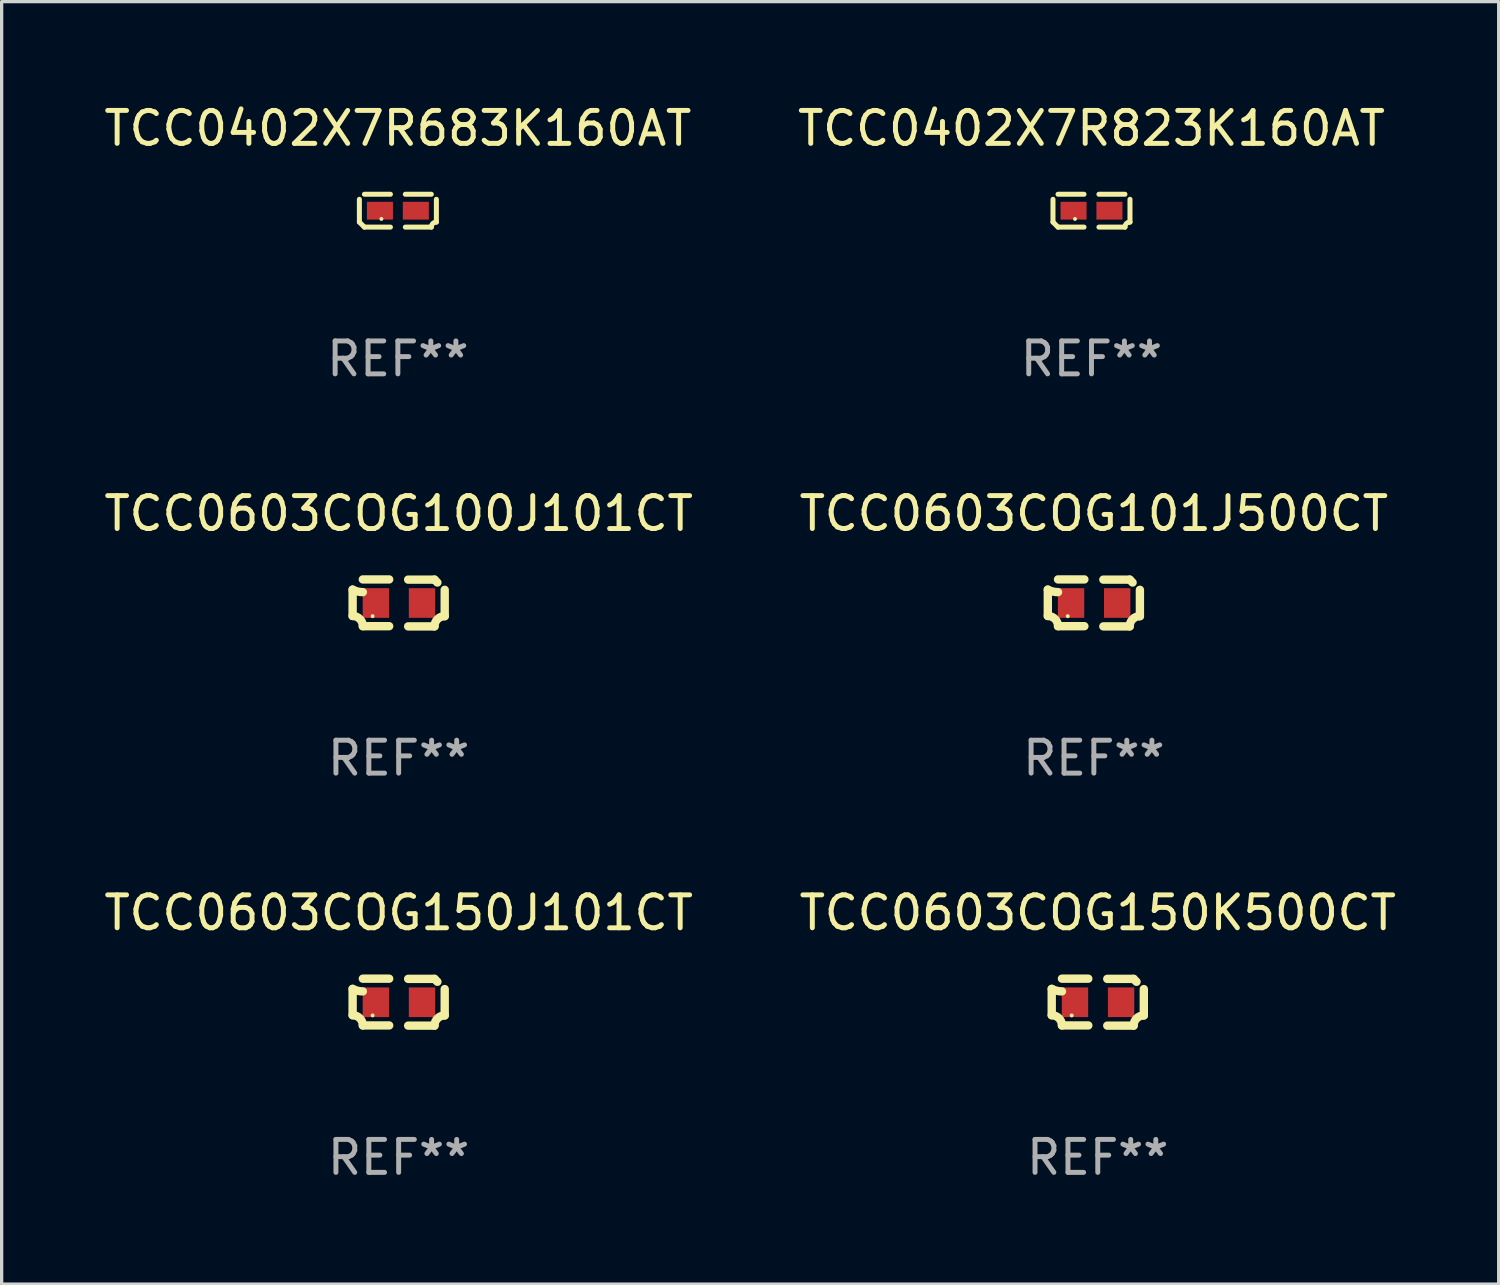
<source format=kicad_pcb>
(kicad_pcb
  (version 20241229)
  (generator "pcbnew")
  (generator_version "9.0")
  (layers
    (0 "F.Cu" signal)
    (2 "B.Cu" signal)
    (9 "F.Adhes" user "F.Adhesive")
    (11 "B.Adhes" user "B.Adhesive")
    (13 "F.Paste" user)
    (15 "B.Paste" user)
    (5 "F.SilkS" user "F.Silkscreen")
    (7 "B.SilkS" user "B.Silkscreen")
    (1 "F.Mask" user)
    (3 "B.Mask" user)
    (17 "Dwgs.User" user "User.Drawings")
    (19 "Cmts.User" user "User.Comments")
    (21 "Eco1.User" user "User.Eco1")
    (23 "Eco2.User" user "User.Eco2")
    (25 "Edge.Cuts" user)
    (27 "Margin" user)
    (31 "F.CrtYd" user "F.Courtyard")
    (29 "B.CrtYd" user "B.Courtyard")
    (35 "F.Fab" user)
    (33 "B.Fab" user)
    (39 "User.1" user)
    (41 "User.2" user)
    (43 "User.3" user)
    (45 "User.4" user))
  (footprint "TCC0603COG150K500CT"
    (layer "F.Cu")
    (at 30.28 27.377)
    (property "Reference" "TCC0603COG150K500CT" (at 0 -2.713 0) (layer "F.SilkS") (effects (font (size 1 1) (thickness 0.15))))
    (attr through_hole)
    (fp_line (start -1.398 -0.403) (end -1.398 0.397) (stroke (width 0.254) (type solid)) (layer "F.SilkS"))
    (fp_line (start -0.288 -0.713) (end -1.088 -0.713) (stroke (width 0.254) (type solid)) (layer "F.SilkS"))
    (fp_line (start -0.288 0.707) (end -1.088 0.707) (stroke (width 0.254) (type solid)) (layer "F.SilkS"))
    (fp_line (start 0.288 -0.707) (end 1.088 -0.707) (stroke (width 0.254) (type solid)) (layer "F.SilkS"))
    (fp_line (start 0.288 0.713) (end 1.088 0.713) (stroke (width 0.254) (type solid)) (layer "F.SilkS"))
    (fp_line (start 1.398 -0.397) (end 1.398 0.403) (stroke (width 0.254) (type solid)) (layer "F.SilkS"))
    (fp_arc (start -1.397789 0.397066) (mid -1.178701 0.487826) (end -1.08796 0.706922) (stroke (width 0.254001) (type solid)) (layer "F.SilkS"))
    (fp_arc (start -1.08796 -0.327176) (mid -1.247436 -0.346384) (end -1.39779 -0.402908) (stroke (width 0.254001) (type solid)) (layer "F.SilkS"))
    (fp_arc (start 1.087909 0.712738) (mid 1.178656 0.493655) (end 1.397739 0.402908) (stroke (width 0.254001) (type solid)) (layer "F.SilkS"))
    (fp_arc (start 1.175925 -0.618926) (mid 1.131917 -0.662923) (end 1.08791 -0.706922) (stroke (width 0.254001) (type solid)) (layer "F.SilkS"))
    (fp_circle (center -0.792 0.403) (end -0.762 0.403) (stroke (width 0.06) (type solid)) (fill no) (layer "F.SilkS"))
    (fp_text user "REF**" (at 0 4.713 0) (layer "F.Fab") (effects (font (size 1 1) (thickness 0.15))))
    (pad "1" smd rect (at -0.692 0.003) (size 0.8 0.9) (layers "F.Cu" "F.Mask" "F.Paste"))
    (pad "2" smd rect (at 0.708 0.003) (size 0.8 0.9) (layers "F.Cu" "F.Mask" "F.Paste")))
  (footprint "TCC0402X7R683K160AT"
    (layer "F.Cu")
    (at 9.03 3.347)
    (property "Reference" "TCC0402X7R683K160AT" (at 0 -2.499 0) (layer "F.SilkS") (effects (font (size 1 1) (thickness 0.15))))
    (attr through_hole)
    (fp_line (start -1.169 0.346) (end -1.169 -0.346) (stroke (width 0.152) (type solid)) (layer "F.SilkS"))
    (fp_line (start -1.016 -0.499) (end -0.226 -0.499) (stroke (width 0.152) (type solid)) (layer "F.SilkS"))
    (fp_line (start -0.226 0.499) (end -1.016 0.499) (stroke (width 0.152) (type solid)) (layer "F.SilkS"))
    (fp_line (start 0.226 0.499) (end 1.016 0.499) (stroke (width 0.152) (type solid)) (layer "F.SilkS"))
    (fp_line (start 1.016 -0.499) (end 0.226 -0.499) (stroke (width 0.152) (type solid)) (layer "F.SilkS"))
    (fp_line (start 1.169 0.346) (end 1.169 -0.346) (stroke (width 0.152) (type solid)) (layer "F.SilkS"))
    (fp_arc (start -1.016307 0.498603) (mid -1.092512 0.422405) (end -1.16871 0.3462) (stroke (width 0.1524) (type solid)) (layer "F.SilkS"))
    (fp_arc (start 1.016307 0.498603) (mid 1.060899 0.390758) (end 1.168707 0.346076) (stroke (width 0.1524) (type solid)) (layer "F.SilkS"))
    (fp_circle (center -0.5 0.25) (end -0.47 0.25) (stroke (width 0.06) (type solid)) (fill no) (layer "F.SilkS"))
    (fp_text user "REF**" (at 0 4.499 0) (layer "F.Fab") (effects (font (size 1 1) (thickness 0.15))))
    (pad "1" smd rect (at -0.545 0) (size 0.79 0.54) (layers "F.Cu" "F.Mask" "F.Paste"))
    (pad "2" smd rect (at 0.545 0) (size 0.79 0.54) (layers "F.Cu" "F.Mask" "F.Paste")))
  (footprint "TCC0603COG150J101CT"
    (layer "F.Cu")
    (at 9.054 27.377)
    (property "Reference" "TCC0603COG150J101CT" (at 0 -2.713 0) (layer "F.SilkS") (effects (font (size 1 1) (thickness 0.15))))
    (attr through_hole)
    (fp_line (start -1.398 -0.403) (end -1.398 0.397) (stroke (width 0.254) (type solid)) (layer "F.SilkS"))
    (fp_line (start -0.288 -0.713) (end -1.088 -0.713) (stroke (width 0.254) (type solid)) (layer "F.SilkS"))
    (fp_line (start -0.288 0.707) (end -1.088 0.707) (stroke (width 0.254) (type solid)) (layer "F.SilkS"))
    (fp_line (start 0.288 -0.707) (end 1.088 -0.707) (stroke (width 0.254) (type solid)) (layer "F.SilkS"))
    (fp_line (start 0.288 0.713) (end 1.088 0.713) (stroke (width 0.254) (type solid)) (layer "F.SilkS"))
    (fp_line (start 1.398 -0.397) (end 1.398 0.403) (stroke (width 0.254) (type solid)) (layer "F.SilkS"))
    (fp_arc (start -1.397789 0.397066) (mid -1.178701 0.487826) (end -1.08796 0.706922) (stroke (width 0.254001) (type solid)) (layer "F.SilkS"))
    (fp_arc (start -1.08796 -0.327176) (mid -1.247436 -0.346384) (end -1.39779 -0.402908) (stroke (width 0.254001) (type solid)) (layer "F.SilkS"))
    (fp_arc (start 1.087909 0.712738) (mid 1.178656 0.493655) (end 1.397739 0.402908) (stroke (width 0.254001) (type solid)) (layer "F.SilkS"))
    (fp_arc (start 1.175925 -0.618926) (mid 1.131917 -0.662923) (end 1.08791 -0.706922) (stroke (width 0.254001) (type solid)) (layer "F.SilkS"))
    (fp_circle (center -0.792 0.403) (end -0.762 0.403) (stroke (width 0.06) (type solid)) (fill no) (layer "F.SilkS"))
    (fp_text user "REF**" (at 0 4.713 0) (layer "F.Fab") (effects (font (size 1 1) (thickness 0.15))))
    (pad "1" smd rect (at -0.692 0.003) (size 0.8 0.9) (layers "F.Cu" "F.Mask" "F.Paste"))
    (pad "2" smd rect (at 0.708 0.003) (size 0.8 0.9) (layers "F.Cu" "F.Mask" "F.Paste")))
  (footprint "TCC0603COG100J101CT"
    (layer "F.Cu")
    (at 9.054 15.255)
    (property "Reference" "TCC0603COG100J101CT" (at 0 -2.713 0) (layer "F.SilkS") (effects (font (size 1 1) (thickness 0.15))))
    (attr through_hole)
    (fp_line (start -1.398 -0.403) (end -1.398 0.397) (stroke (width 0.254) (type solid)) (layer "F.SilkS"))
    (fp_line (start -0.288 -0.713) (end -1.088 -0.713) (stroke (width 0.254) (type solid)) (layer "F.SilkS"))
    (fp_line (start -0.288 0.707) (end -1.088 0.707) (stroke (width 0.254) (type solid)) (layer "F.SilkS"))
    (fp_line (start 0.288 -0.707) (end 1.088 -0.707) (stroke (width 0.254) (type solid)) (layer "F.SilkS"))
    (fp_line (start 0.288 0.713) (end 1.088 0.713) (stroke (width 0.254) (type solid)) (layer "F.SilkS"))
    (fp_line (start 1.398 -0.397) (end 1.398 0.403) (stroke (width 0.254) (type solid)) (layer "F.SilkS"))
    (fp_arc (start -1.397789 0.397066) (mid -1.178701 0.487826) (end -1.08796 0.706922) (stroke (width 0.254001) (type solid)) (layer "F.SilkS"))
    (fp_arc (start -1.08796 -0.327176) (mid -1.247436 -0.346384) (end -1.39779 -0.402908) (stroke (width 0.254001) (type solid)) (layer "F.SilkS"))
    (fp_arc (start 1.087909 0.712738) (mid 1.178656 0.493655) (end 1.397739 0.402908) (stroke (width 0.254001) (type solid)) (layer "F.SilkS"))
    (fp_arc (start 1.175925 -0.618926) (mid 1.131917 -0.662923) (end 1.08791 -0.706922) (stroke (width 0.254001) (type solid)) (layer "F.SilkS"))
    (fp_circle (center -0.792 0.403) (end -0.762 0.403) (stroke (width 0.06) (type solid)) (fill no) (layer "F.SilkS"))
    (fp_text user "REF**" (at 0 4.713 0) (layer "F.Fab") (effects (font (size 1 1) (thickness 0.15))))
    (pad "1" smd rect (at -0.692 0.003) (size 0.8 0.9) (layers "F.Cu" "F.Mask" "F.Paste"))
    (pad "2" smd rect (at 0.708 0.003) (size 0.8 0.9) (layers "F.Cu" "F.Mask" "F.Paste")))
  (footprint "TCC0402X7R823K160AT"
    (layer "F.Cu")
    (at 30.089 3.347)
    (property "Reference" "TCC0402X7R823K160AT" (at 0 -2.499 0) (layer "F.SilkS") (effects (font (size 1 1) (thickness 0.15))))
    (attr through_hole)
    (fp_line (start -1.169 0.346) (end -1.169 -0.346) (stroke (width 0.152) (type solid)) (layer "F.SilkS"))
    (fp_line (start -1.016 -0.499) (end -0.226 -0.499) (stroke (width 0.152) (type solid)) (layer "F.SilkS"))
    (fp_line (start -0.226 0.499) (end -1.016 0.499) (stroke (width 0.152) (type solid)) (layer "F.SilkS"))
    (fp_line (start 0.226 0.499) (end 1.016 0.499) (stroke (width 0.152) (type solid)) (layer "F.SilkS"))
    (fp_line (start 1.016 -0.499) (end 0.226 -0.499) (stroke (width 0.152) (type solid)) (layer "F.SilkS"))
    (fp_line (start 1.169 0.346) (end 1.169 -0.346) (stroke (width 0.152) (type solid)) (layer "F.SilkS"))
    (fp_arc (start -1.016307 0.498603) (mid -1.092512 0.422405) (end -1.16871 0.3462) (stroke (width 0.1524) (type solid)) (layer "F.SilkS"))
    (fp_arc (start 1.016307 0.498603) (mid 1.060899 0.390758) (end 1.168707 0.346076) (stroke (width 0.1524) (type solid)) (layer "F.SilkS"))
    (fp_circle (center -0.5 0.25) (end -0.47 0.25) (stroke (width 0.06) (type solid)) (fill no) (layer "F.SilkS"))
    (fp_text user "REF**" (at 0 4.499 0) (layer "F.Fab") (effects (font (size 1 1) (thickness 0.15))))
    (pad "1" smd rect (at -0.545 0) (size 0.79 0.54) (layers "F.Cu" "F.Mask" "F.Paste"))
    (pad "2" smd rect (at 0.545 0) (size 0.79 0.54) (layers "F.Cu" "F.Mask" "F.Paste")))
  (footprint "TCC0603COG101J500CT"
    (layer "F.Cu")
    (at 30.161 15.255)
    (property "Reference" "TCC0603COG101J500CT" (at 0 -2.713 0) (layer "F.SilkS") (effects (font (size 1 1) (thickness 0.15))))
    (attr through_hole)
    (fp_line (start -1.398 -0.403) (end -1.398 0.397) (stroke (width 0.254) (type solid)) (layer "F.SilkS"))
    (fp_line (start -0.288 -0.713) (end -1.088 -0.713) (stroke (width 0.254) (type solid)) (layer "F.SilkS"))
    (fp_line (start -0.288 0.707) (end -1.088 0.707) (stroke (width 0.254) (type solid)) (layer "F.SilkS"))
    (fp_line (start 0.288 -0.707) (end 1.088 -0.707) (stroke (width 0.254) (type solid)) (layer "F.SilkS"))
    (fp_line (start 0.288 0.713) (end 1.088 0.713) (stroke (width 0.254) (type solid)) (layer "F.SilkS"))
    (fp_line (start 1.398 -0.397) (end 1.398 0.403) (stroke (width 0.254) (type solid)) (layer "F.SilkS"))
    (fp_arc (start -1.397789 0.397066) (mid -1.178701 0.487826) (end -1.08796 0.706922) (stroke (width 0.254001) (type solid)) (layer "F.SilkS"))
    (fp_arc (start -1.08796 -0.327176) (mid -1.247436 -0.346384) (end -1.39779 -0.402908) (stroke (width 0.254001) (type solid)) (layer "F.SilkS"))
    (fp_arc (start 1.087909 0.712738) (mid 1.178656 0.493655) (end 1.397739 0.402908) (stroke (width 0.254001) (type solid)) (layer "F.SilkS"))
    (fp_arc (start 1.175925 -0.618926) (mid 1.131917 -0.662923) (end 1.08791 -0.706922) (stroke (width 0.254001) (type solid)) (layer "F.SilkS"))
    (fp_circle (center -0.792 0.403) (end -0.762 0.403) (stroke (width 0.06) (type solid)) (fill no) (layer "F.SilkS"))
    (fp_text user "REF**" (at 0 4.713 0) (layer "F.Fab") (effects (font (size 1 1) (thickness 0.15))))
    (pad "1" smd rect (at -0.692 0.003) (size 0.8 0.9) (layers "F.Cu" "F.Mask" "F.Paste"))
    (pad "2" smd rect (at 0.708 0.003) (size 0.8 0.9) (layers "F.Cu" "F.Mask" "F.Paste")))
  (gr_rect
    (start -3 -3)
    (end 42.452 35.938)
    (stroke (width 0.1) (type default))
    (fill no)
    (layer "Edge.Cuts")))
</source>
